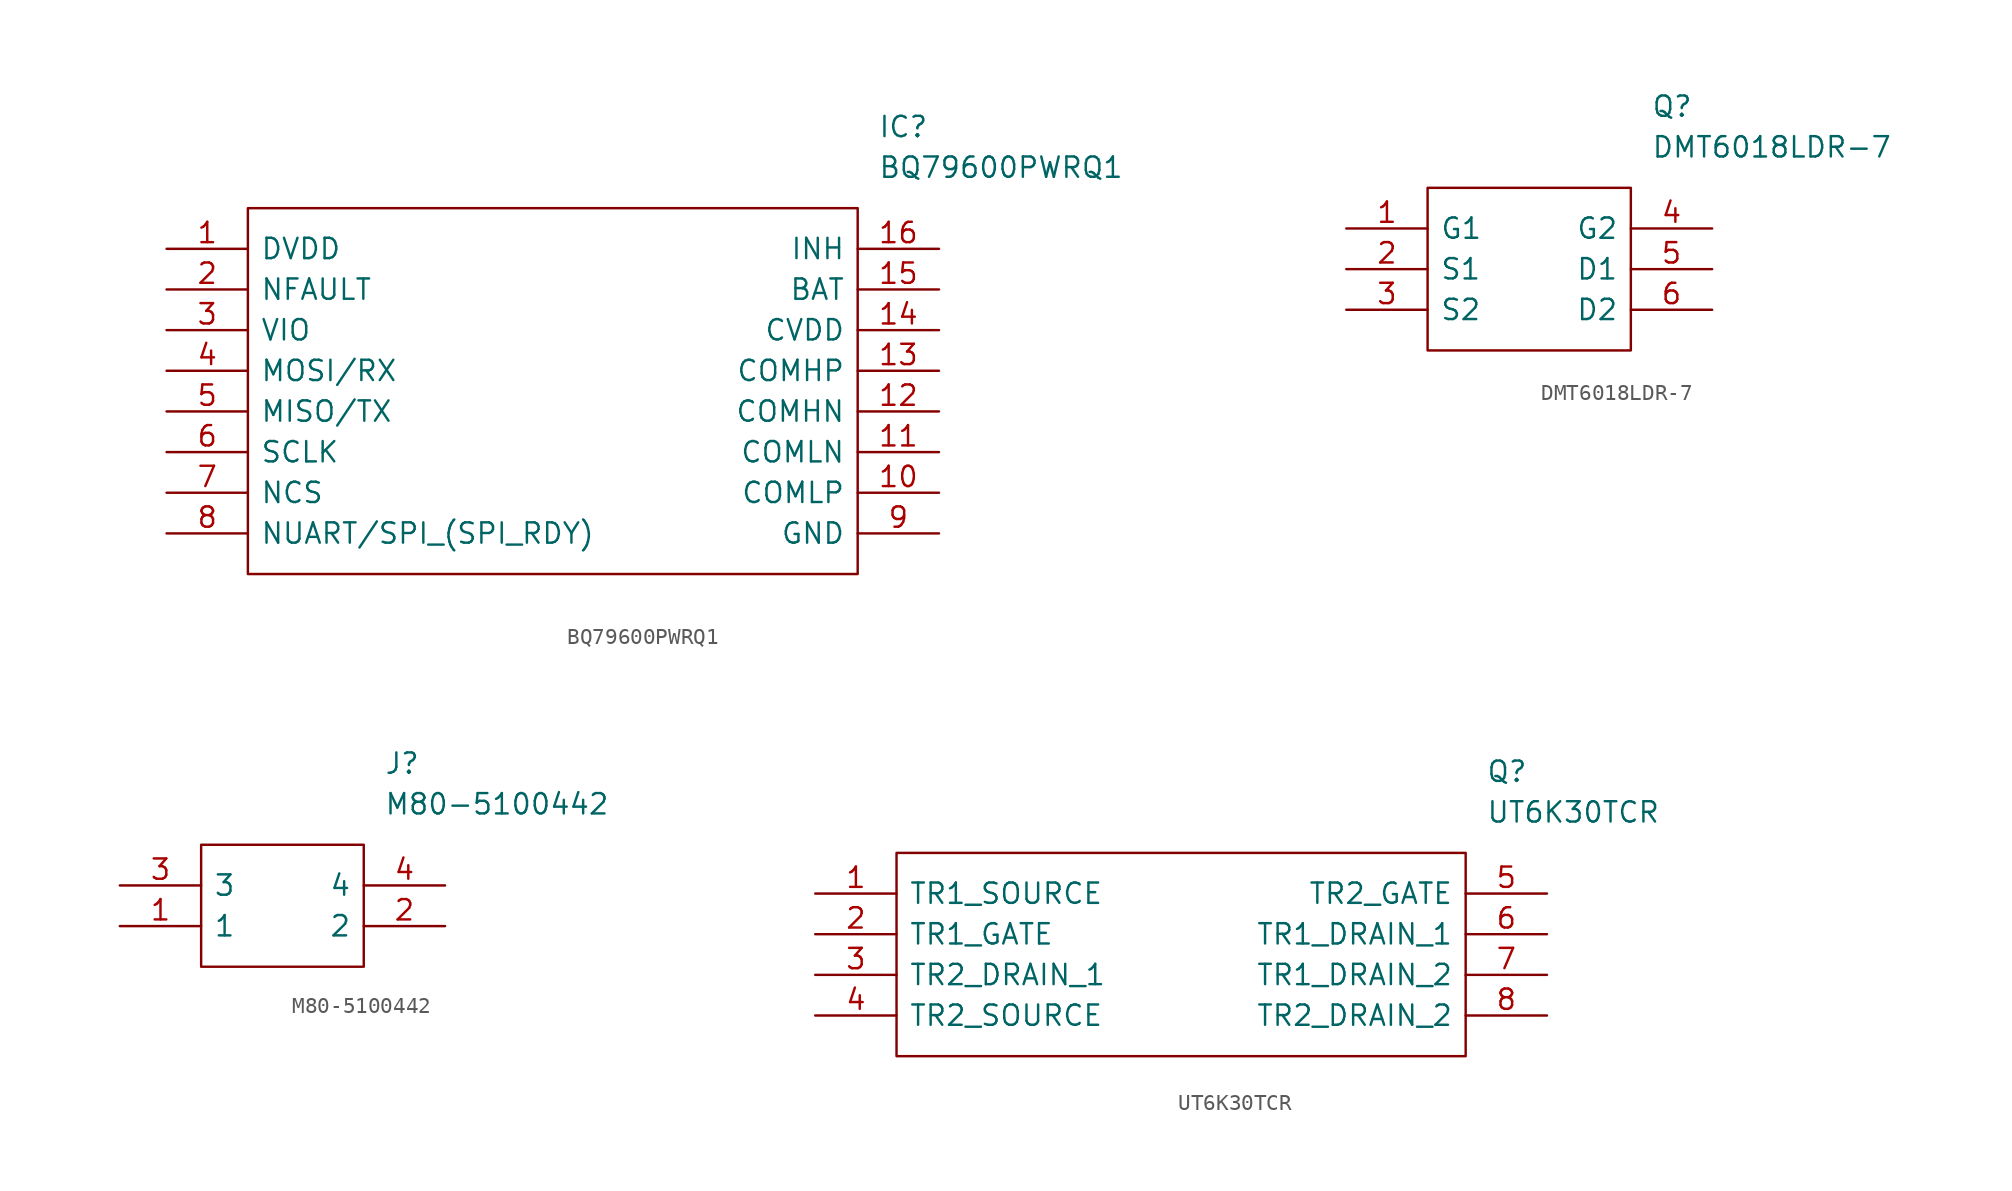
<source format=kicad_sym>
(kicad_symbol_lib
  (version 20241209)
  (generator "kicad_symbol_editor")
  (generator_version "9.0")
  (symbol "BQ79600PWRQ1"
    (pin_names
      (offset 0.762))
    (property "Reference" "IC"
      (at 44.45 7.62 0)
      (effects (font (size 1.27 1.27)) (justify left)))
    (property "Value" "BQ79600PWRQ1"
      (at 44.45 5.08 0)
      (effects (font (size 1.27 1.27)) (justify left)))
    (symbol "BQ79600PWRQ1_0_0"
      (pin passive line (at 0 0 0) (length 5.08) (name "DVDD" (effects (font (size 1.27 1.27)))) (number "1" (effects (font (size 1.27 1.27)))))
      (pin passive line (at 0 -2.54 0) (length 5.08) (name "NFAULT" (effects (font (size 1.27 1.27)))) (number "2" (effects (font (size 1.27 1.27)))))
      (pin passive line (at 0 -5.08 0) (length 5.08) (name "VIO" (effects (font (size 1.27 1.27)))) (number "3" (effects (font (size 1.27 1.27)))))
      (pin passive line (at 0 -7.62 0) (length 5.08) (name "MOSI/RX" (effects (font (size 1.27 1.27)))) (number "4" (effects (font (size 1.27 1.27)))))
      (pin passive line (at 0 -10.16 0) (length 5.08) (name "MISO/TX" (effects (font (size 1.27 1.27)))) (number "5" (effects (font (size 1.27 1.27)))))
      (pin passive line (at 0 -12.7 0) (length 5.08) (name "SCLK" (effects (font (size 1.27 1.27)))) (number "6" (effects (font (size 1.27 1.27)))))
      (pin passive line (at 0 -15.24 0) (length 5.08) (name "NCS" (effects (font (size 1.27 1.27)))) (number "7" (effects (font (size 1.27 1.27)))))
      (pin passive line (at 0 -17.78 0) (length 5.08) (name "NUART/SPI_(SPI_RDY)" (effects (font (size 1.27 1.27)))) (number "8" (effects (font (size 1.27 1.27)))))
      (pin passive line (at 48.26 0 180) (length 5.08) (name "INH" (effects (font (size 1.27 1.27)))) (number "16" (effects (font (size 1.27 1.27)))))
      (pin passive line (at 48.26 -2.54 180) (length 5.08) (name "BAT" (effects (font (size 1.27 1.27)))) (number "15" (effects (font (size 1.27 1.27)))))
      (pin passive line (at 48.26 -5.08 180) (length 5.08) (name "CVDD" (effects (font (size 1.27 1.27)))) (number "14" (effects (font (size 1.27 1.27)))))
      (pin passive line (at 48.26 -7.62 180) (length 5.08) (name "COMHP" (effects (font (size 1.27 1.27)))) (number "13" (effects (font (size 1.27 1.27)))))
      (pin passive line (at 48.26 -10.16 180) (length 5.08) (name "COMHN" (effects (font (size 1.27 1.27)))) (number "12" (effects (font (size 1.27 1.27)))))
      (pin passive line (at 48.26 -12.7 180) (length 5.08) (name "COMLN" (effects (font (size 1.27 1.27)))) (number "11" (effects (font (size 1.27 1.27)))))
      (pin passive line (at 48.26 -15.24 180) (length 5.08) (name "COMLP" (effects (font (size 1.27 1.27)))) (number "10" (effects (font (size 1.27 1.27)))))
      (pin passive line (at 48.26 -17.78 180) (length 5.08) (name "GND" (effects (font (size 1.27 1.27)))) (number "9" (effects (font (size 1.27 1.27))))))
    (symbol "BQ79600PWRQ1_0_1"
      (polyline (pts (xy 5.08 2.54) (xy 43.18 2.54) (xy 43.18 -20.32) (xy 5.08 -20.32) (xy 5.08 2.54)) (stroke (width 0.152) (type solid)) (fill (type none)))))
  (symbol "DMT6018LDR-7"
    (pin_names
      (offset 0.762))
    (property "Reference" "Q"
      (at 19.05 7.62 0)
      (effects (font (size 1.27 1.27)) (justify left)))
    (property "Value" "DMT6018LDR-7"
      (at 19.05 5.08 0)
      (effects (font (size 1.27 1.27)) (justify left)))
    (symbol "DMT6018LDR-7_0_0"
      (pin passive line (at 0 0 0) (length 5.08) (name "G1" (effects (font (size 1.27 1.27)))) (number "1" (effects (font (size 1.27 1.27)))))
      (pin passive line (at 0 -2.54 0) (length 5.08) (name "S1" (effects (font (size 1.27 1.27)))) (number "2" (effects (font (size 1.27 1.27)))))
      (pin passive line (at 0 -5.08 0) (length 5.08) (name "S2" (effects (font (size 1.27 1.27)))) (number "3" (effects (font (size 1.27 1.27)))))
      (pin passive line (at 22.86 0 180) (length 5.08) (name "G2" (effects (font (size 1.27 1.27)))) (number "4" (effects (font (size 1.27 1.27)))))
      (pin passive line (at 22.86 -2.54 180) (length 5.08) (name "D1" (effects (font (size 1.27 1.27)))) (number "5" (effects (font (size 1.27 1.27)))))
      (pin passive line (at 22.86 -5.08 180) (length 5.08) (name "D2" (effects (font (size 1.27 1.27)))) (number "6" (effects (font (size 1.27 1.27))))))
    (symbol "DMT6018LDR-7_0_1"
      (polyline (pts (xy 5.08 2.54) (xy 17.78 2.54) (xy 17.78 -7.62) (xy 5.08 -7.62) (xy 5.08 2.54)) (stroke (width 0.152) (type solid)) (fill (type none)))))
  (symbol "M80-5100442"
    (pin_names
      (offset 0.762))
    (property "Reference" "J"
      (at 16.51 7.62 0)
      (effects (font (size 1.27 1.27)) (justify left)))
    (property "Value" "M80-5100442"
      (at 16.51 5.08 0)
      (effects (font (size 1.27 1.27)) (justify left)))
    (symbol "M80-5100442_0_0"
      (pin passive line (at 0 0 0) (length 5.08) (name "3" (effects (font (size 1.27 1.27)))) (number "3" (effects (font (size 1.27 1.27)))))
      (pin passive line (at 0 -2.54 0) (length 5.08) (name "1" (effects (font (size 1.27 1.27)))) (number "1" (effects (font (size 1.27 1.27)))))
      (pin passive line (at 20.32 0 180) (length 5.08) (name "4" (effects (font (size 1.27 1.27)))) (number "4" (effects (font (size 1.27 1.27)))))
      (pin passive line (at 20.32 -2.54 180) (length 5.08) (name "2" (effects (font (size 1.27 1.27)))) (number "2" (effects (font (size 1.27 1.27))))))
    (symbol "M80-5100442_0_1"
      (polyline (pts (xy 5.08 2.54) (xy 15.24 2.54) (xy 15.24 -5.08) (xy 5.08 -5.08) (xy 5.08 2.54)) (stroke (width 0.152) (type solid)) (fill (type none)))))
  (symbol "UT6K30TCR"
    (pin_names
      (offset 0.762))
    (property "Reference" "Q"
      (at 41.91 7.62 0)
      (effects (font (size 1.27 1.27)) (justify left)))
    (property "Value" "UT6K30TCR"
      (at 41.91 5.08 0)
      (effects (font (size 1.27 1.27)) (justify left)))
    (symbol "UT6K30TCR_0_0"
      (pin passive line (at 0 0 0) (length 5.08) (name "TR1_SOURCE" (effects (font (size 1.27 1.27)))) (number "1" (effects (font (size 1.27 1.27)))))
      (pin passive line (at 0 -2.54 0) (length 5.08) (name "TR1_GATE" (effects (font (size 1.27 1.27)))) (number "2" (effects (font (size 1.27 1.27)))))
      (pin passive line (at 0 -5.08 0) (length 5.08) (name "TR2_DRAIN_1" (effects (font (size 1.27 1.27)))) (number "3" (effects (font (size 1.27 1.27)))))
      (pin passive line (at 0 -7.62 0) (length 5.08) (name "TR2_SOURCE" (effects (font (size 1.27 1.27)))) (number "4" (effects (font (size 1.27 1.27)))))
      (pin passive line (at 45.72 0 180) (length 5.08) (name "TR2_GATE" (effects (font (size 1.27 1.27)))) (number "5" (effects (font (size 1.27 1.27)))))
      (pin passive line (at 45.72 -2.54 180) (length 5.08) (name "TR1_DRAIN_1" (effects (font (size 1.27 1.27)))) (number "6" (effects (font (size 1.27 1.27)))))
      (pin passive line (at 45.72 -5.08 180) (length 5.08) (name "TR1_DRAIN_2" (effects (font (size 1.27 1.27)))) (number "7" (effects (font (size 1.27 1.27)))))
      (pin passive line (at 45.72 -7.62 180) (length 5.08) (name "TR2_DRAIN_2" (effects (font (size 1.27 1.27)))) (number "8" (effects (font (size 1.27 1.27))))))
    (symbol "UT6K30TCR_0_1"
      (polyline (pts (xy 5.08 2.54) (xy 40.64 2.54) (xy 40.64 -10.16) (xy 5.08 -10.16) (xy 5.08 2.54)) (stroke (width 0.152) (type solid)) (fill (type none))))))
</source>
